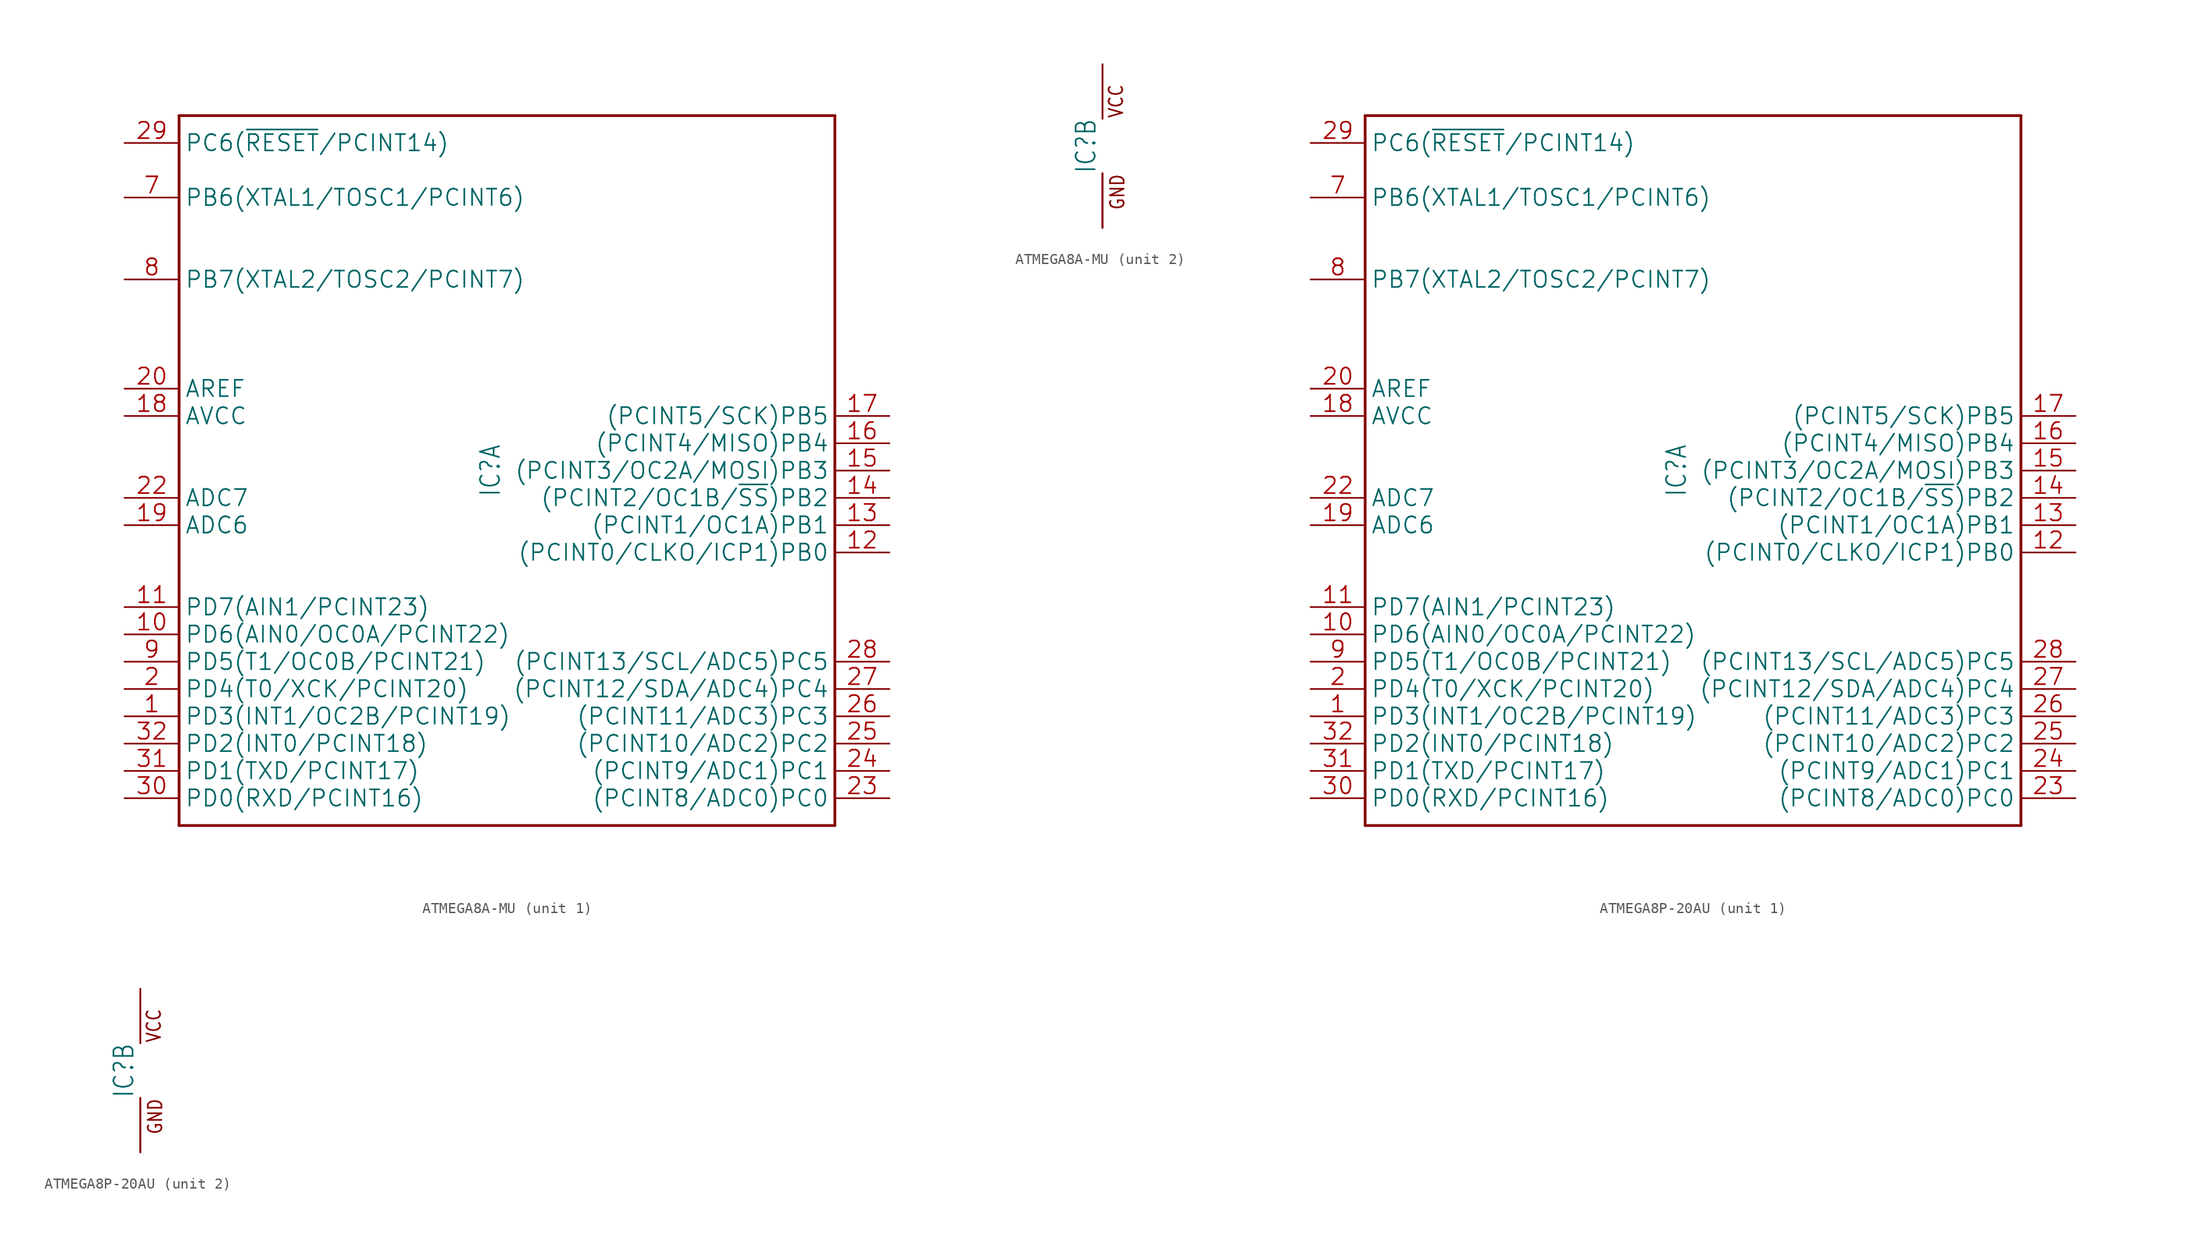
<source format=kicad_sym>
(kicad_symbol_lib
  (version 20241209)
  (generator "kicad_symbol_editor")
  (generator_version "9.0")
  (symbol "ATMEGA8A-MU"
    (property "Reference" "IC"
      (at -0.508 0 90)
      (effects (font (size 1.778 1.511)) (justify bottom)))
    (property "ki_locked" ""
      (at 0 0 0)
      (effects (font (size 1.27 1.27))))
    (symbol "ATMEGA8A-MU_1_0"
      (polyline (pts (xy -30.48 33.02) (xy 30.48 33.02)) (stroke (width 0.254) (type solid)) (fill (type none)))
      (polyline (pts (xy -30.48 -33.02) (xy -30.48 33.02)) (stroke (width 0.254) (type solid)) (fill (type none)))
      (polyline (pts (xy 30.48 33.02) (xy 30.48 -33.02)) (stroke (width 0.254) (type solid)) (fill (type none)))
      (polyline (pts (xy 30.48 -33.02) (xy -30.48 -33.02)) (stroke (width 0.254) (type solid)) (fill (type none)))
      (pin bidirectional line (at -35.56 30.48 0) (length 5.08) (name "PC6(~{RESET}/PCINT14)" (effects (font (size 1.524 1.524)))) (number "29" (effects (font (size 1.524 1.524)))))
      (pin bidirectional line (at -35.56 25.4 0) (length 5.08) (name "PB6(XTAL1/TOSC1/PCINT6)" (effects (font (size 1.524 1.524)))) (number "7" (effects (font (size 1.524 1.524)))))
      (pin bidirectional line (at -35.56 17.78 0) (length 5.08) (name "PB7(XTAL2/TOSC2/PCINT7)" (effects (font (size 1.524 1.524)))) (number "8" (effects (font (size 1.524 1.524)))))
      (pin passive line (at -35.56 7.62 0) (length 5.08) (name "AREF" (effects (font (size 1.524 1.524)))) (number "20" (effects (font (size 1.524 1.524)))))
      (pin power_in line (at -35.56 5.08 0) (length 5.08) (name "AVCC" (effects (font (size 1.524 1.524)))) (number "18" (effects (font (size 1.524 1.524)))))
      (pin bidirectional line (at -35.56 -2.54 0) (length 5.08) (name "ADC7" (effects (font (size 1.524 1.524)))) (number "22" (effects (font (size 1.524 1.524)))))
      (pin bidirectional line (at -35.56 -5.08 0) (length 5.08) (name "ADC6" (effects (font (size 1.524 1.524)))) (number "19" (effects (font (size 1.524 1.524)))))
      (pin bidirectional line (at -35.56 -12.7 0) (length 5.08) (name "PD7(AIN1/PCINT23)" (effects (font (size 1.524 1.524)))) (number "11" (effects (font (size 1.524 1.524)))))
      (pin bidirectional line (at -35.56 -15.24 0) (length 5.08) (name "PD6(AIN0/OC0A/PCINT22)" (effects (font (size 1.524 1.524)))) (number "10" (effects (font (size 1.524 1.524)))))
      (pin bidirectional line (at -35.56 -17.78 0) (length 5.08) (name "PD5(T1/OC0B/PCINT21)" (effects (font (size 1.524 1.524)))) (number "9" (effects (font (size 1.524 1.524)))))
      (pin bidirectional line (at -35.56 -20.32 0) (length 5.08) (name "PD4(T0/XCK/PCINT20)" (effects (font (size 1.524 1.524)))) (number "2" (effects (font (size 1.524 1.524)))))
      (pin bidirectional line (at -35.56 -22.86 0) (length 5.08) (name "PD3(INT1/OC2B/PCINT19)" (effects (font (size 1.524 1.524)))) (number "1" (effects (font (size 1.524 1.524)))))
      (pin bidirectional line (at -35.56 -25.4 0) (length 5.08) (name "PD2(INT0/PCINT18)" (effects (font (size 1.524 1.524)))) (number "32" (effects (font (size 1.524 1.524)))))
      (pin bidirectional line (at -35.56 -27.94 0) (length 5.08) (name "PD1(TXD/PCINT17)" (effects (font (size 1.524 1.524)))) (number "31" (effects (font (size 1.524 1.524)))))
      (pin bidirectional line (at -35.56 -30.48 0) (length 5.08) (name "PD0(RXD/PCINT16)" (effects (font (size 1.524 1.524)))) (number "30" (effects (font (size 1.524 1.524)))))
      (pin bidirectional line (at 35.56 5.08 180) (length 5.08) (name "(PCINT5/SCK)PB5" (effects (font (size 1.524 1.524)))) (number "17" (effects (font (size 1.524 1.524)))))
      (pin bidirectional line (at 35.56 2.54 180) (length 5.08) (name "(PCINT4/MISO)PB4" (effects (font (size 1.524 1.524)))) (number "16" (effects (font (size 1.524 1.524)))))
      (pin bidirectional line (at 35.56 0 180) (length 5.08) (name "(PCINT3/OC2A/MOSI)PB3" (effects (font (size 1.524 1.524)))) (number "15" (effects (font (size 1.524 1.524)))))
      (pin bidirectional line (at 35.56 -2.54 180) (length 5.08) (name "(PCINT2/OC1B/~{SS})PB2" (effects (font (size 1.524 1.524)))) (number "14" (effects (font (size 1.524 1.524)))))
      (pin bidirectional line (at 35.56 -5.08 180) (length 5.08) (name "(PCINT1/OC1A)PB1" (effects (font (size 1.524 1.524)))) (number "13" (effects (font (size 1.524 1.524)))))
      (pin bidirectional line (at 35.56 -7.62 180) (length 5.08) (name "(PCINT0/CLKO/ICP1)PB0" (effects (font (size 1.524 1.524)))) (number "12" (effects (font (size 1.524 1.524)))))
      (pin bidirectional line (at 35.56 -17.78 180) (length 5.08) (name "(PCINT13/SCL/ADC5)PC5" (effects (font (size 1.524 1.524)))) (number "28" (effects (font (size 1.524 1.524)))))
      (pin bidirectional line (at 35.56 -20.32 180) (length 5.08) (name "(PCINT12/SDA/ADC4)PC4" (effects (font (size 1.524 1.524)))) (number "27" (effects (font (size 1.524 1.524)))))
      (pin bidirectional line (at 35.56 -22.86 180) (length 5.08) (name "(PCINT11/ADC3)PC3" (effects (font (size 1.524 1.524)))) (number "26" (effects (font (size 1.524 1.524)))))
      (pin bidirectional line (at 35.56 -25.4 180) (length 5.08) (name "(PCINT10/ADC2)PC2" (effects (font (size 1.524 1.524)))) (number "25" (effects (font (size 1.524 1.524)))))
      (pin bidirectional line (at 35.56 -27.94 180) (length 5.08) (name "(PCINT9/ADC1)PC1" (effects (font (size 1.524 1.524)))) (number "24" (effects (font (size 1.524 1.524)))))
      (pin bidirectional line (at 35.56 -30.48 180) (length 5.08) (name "(PCINT8/ADC0)PC0" (effects (font (size 1.524 1.524)))) (number "23" (effects (font (size 1.524 1.524))))))
    (symbol "ATMEGA8A-MU_2_0"
      (text "VCC" (at 0.508 2.54 900) (effects (font (size 1.27 1.079)) (justify left top)))
      (text "GND" (at 0.635 -2.54 900) (effects (font (size 1.27 1.079)) (justify right top)))
      (pin power_in line (at 0 7.62 270) (length 5.08) (name "VCC" (effects (font (size 0 0)))) (number "4" (effects (font (size 0 0)))))
      (pin power_in line (at 0 7.62 270) (length 5.08) (name "VCC" (effects (font (size 0 0)))) (number "6" (effects (font (size 0 0)))))
      (pin power_in line (at 0 -7.62 90) (length 5.08) (name "GND" (effects (font (size 0 0)))) (number "21" (effects (font (size 0 0)))))
      (pin power_in line (at 0 -7.62 90) (length 5.08) (name "GND" (effects (font (size 0 0)))) (number "3" (effects (font (size 0 0)))))
      (pin power_in line (at 0 -7.62 90) (length 5.08) (name "GND" (effects (font (size 0 0)))) (number "5" (effects (font (size 0 0)))))
      (pin power_in line (at 0 -7.62 90) (length 5.08) (name "GND" (effects (font (size 0 0)))) (number "EXP" (effects (font (size 0 0)))))))
  (symbol "ATMEGA8P-20AU"
    (property "Reference" "IC"
      (at -0.508 0 90)
      (effects (font (size 1.778 1.511)) (justify bottom)))
    (property "ki_locked" ""
      (at 0 0 0)
      (effects (font (size 1.27 1.27))))
    (symbol "ATMEGA8P-20AU_1_0"
      (polyline (pts (xy -30.48 33.02) (xy 30.48 33.02)) (stroke (width 0.254) (type solid)) (fill (type none)))
      (polyline (pts (xy -30.48 -33.02) (xy -30.48 33.02)) (stroke (width 0.254) (type solid)) (fill (type none)))
      (polyline (pts (xy 30.48 33.02) (xy 30.48 -33.02)) (stroke (width 0.254) (type solid)) (fill (type none)))
      (polyline (pts (xy 30.48 -33.02) (xy -30.48 -33.02)) (stroke (width 0.254) (type solid)) (fill (type none)))
      (pin bidirectional line (at -35.56 30.48 0) (length 5.08) (name "PC6(~{RESET}/PCINT14)" (effects (font (size 1.524 1.524)))) (number "29" (effects (font (size 1.524 1.524)))))
      (pin bidirectional line (at -35.56 25.4 0) (length 5.08) (name "PB6(XTAL1/TOSC1/PCINT6)" (effects (font (size 1.524 1.524)))) (number "7" (effects (font (size 1.524 1.524)))))
      (pin bidirectional line (at -35.56 17.78 0) (length 5.08) (name "PB7(XTAL2/TOSC2/PCINT7)" (effects (font (size 1.524 1.524)))) (number "8" (effects (font (size 1.524 1.524)))))
      (pin passive line (at -35.56 7.62 0) (length 5.08) (name "AREF" (effects (font (size 1.524 1.524)))) (number "20" (effects (font (size 1.524 1.524)))))
      (pin power_in line (at -35.56 5.08 0) (length 5.08) (name "AVCC" (effects (font (size 1.524 1.524)))) (number "18" (effects (font (size 1.524 1.524)))))
      (pin bidirectional line (at -35.56 -2.54 0) (length 5.08) (name "ADC7" (effects (font (size 1.524 1.524)))) (number "22" (effects (font (size 1.524 1.524)))))
      (pin bidirectional line (at -35.56 -5.08 0) (length 5.08) (name "ADC6" (effects (font (size 1.524 1.524)))) (number "19" (effects (font (size 1.524 1.524)))))
      (pin bidirectional line (at -35.56 -12.7 0) (length 5.08) (name "PD7(AIN1/PCINT23)" (effects (font (size 1.524 1.524)))) (number "11" (effects (font (size 1.524 1.524)))))
      (pin bidirectional line (at -35.56 -15.24 0) (length 5.08) (name "PD6(AIN0/OC0A/PCINT22)" (effects (font (size 1.524 1.524)))) (number "10" (effects (font (size 1.524 1.524)))))
      (pin bidirectional line (at -35.56 -17.78 0) (length 5.08) (name "PD5(T1/OC0B/PCINT21)" (effects (font (size 1.524 1.524)))) (number "9" (effects (font (size 1.524 1.524)))))
      (pin bidirectional line (at -35.56 -20.32 0) (length 5.08) (name "PD4(T0/XCK/PCINT20)" (effects (font (size 1.524 1.524)))) (number "2" (effects (font (size 1.524 1.524)))))
      (pin bidirectional line (at -35.56 -22.86 0) (length 5.08) (name "PD3(INT1/OC2B/PCINT19)" (effects (font (size 1.524 1.524)))) (number "1" (effects (font (size 1.524 1.524)))))
      (pin bidirectional line (at -35.56 -25.4 0) (length 5.08) (name "PD2(INT0/PCINT18)" (effects (font (size 1.524 1.524)))) (number "32" (effects (font (size 1.524 1.524)))))
      (pin bidirectional line (at -35.56 -27.94 0) (length 5.08) (name "PD1(TXD/PCINT17)" (effects (font (size 1.524 1.524)))) (number "31" (effects (font (size 1.524 1.524)))))
      (pin bidirectional line (at -35.56 -30.48 0) (length 5.08) (name "PD0(RXD/PCINT16)" (effects (font (size 1.524 1.524)))) (number "30" (effects (font (size 1.524 1.524)))))
      (pin bidirectional line (at 35.56 5.08 180) (length 5.08) (name "(PCINT5/SCK)PB5" (effects (font (size 1.524 1.524)))) (number "17" (effects (font (size 1.524 1.524)))))
      (pin bidirectional line (at 35.56 2.54 180) (length 5.08) (name "(PCINT4/MISO)PB4" (effects (font (size 1.524 1.524)))) (number "16" (effects (font (size 1.524 1.524)))))
      (pin bidirectional line (at 35.56 0 180) (length 5.08) (name "(PCINT3/OC2A/MOSI)PB3" (effects (font (size 1.524 1.524)))) (number "15" (effects (font (size 1.524 1.524)))))
      (pin bidirectional line (at 35.56 -2.54 180) (length 5.08) (name "(PCINT2/OC1B/~{SS})PB2" (effects (font (size 1.524 1.524)))) (number "14" (effects (font (size 1.524 1.524)))))
      (pin bidirectional line (at 35.56 -5.08 180) (length 5.08) (name "(PCINT1/OC1A)PB1" (effects (font (size 1.524 1.524)))) (number "13" (effects (font (size 1.524 1.524)))))
      (pin bidirectional line (at 35.56 -7.62 180) (length 5.08) (name "(PCINT0/CLKO/ICP1)PB0" (effects (font (size 1.524 1.524)))) (number "12" (effects (font (size 1.524 1.524)))))
      (pin bidirectional line (at 35.56 -17.78 180) (length 5.08) (name "(PCINT13/SCL/ADC5)PC5" (effects (font (size 1.524 1.524)))) (number "28" (effects (font (size 1.524 1.524)))))
      (pin bidirectional line (at 35.56 -20.32 180) (length 5.08) (name "(PCINT12/SDA/ADC4)PC4" (effects (font (size 1.524 1.524)))) (number "27" (effects (font (size 1.524 1.524)))))
      (pin bidirectional line (at 35.56 -22.86 180) (length 5.08) (name "(PCINT11/ADC3)PC3" (effects (font (size 1.524 1.524)))) (number "26" (effects (font (size 1.524 1.524)))))
      (pin bidirectional line (at 35.56 -25.4 180) (length 5.08) (name "(PCINT10/ADC2)PC2" (effects (font (size 1.524 1.524)))) (number "25" (effects (font (size 1.524 1.524)))))
      (pin bidirectional line (at 35.56 -27.94 180) (length 5.08) (name "(PCINT9/ADC1)PC1" (effects (font (size 1.524 1.524)))) (number "24" (effects (font (size 1.524 1.524)))))
      (pin bidirectional line (at 35.56 -30.48 180) (length 5.08) (name "(PCINT8/ADC0)PC0" (effects (font (size 1.524 1.524)))) (number "23" (effects (font (size 1.524 1.524))))))
    (symbol "ATMEGA8P-20AU_2_0"
      (text "VCC" (at 0.508 2.54 900) (effects (font (size 1.27 1.079)) (justify left top)))
      (text "GND" (at 0.635 -2.54 900) (effects (font (size 1.27 1.079)) (justify right top)))
      (pin power_in line (at 0 7.62 270) (length 5.08) (name "VCC" (effects (font (size 0 0)))) (number "4" (effects (font (size 0 0)))))
      (pin power_in line (at 0 7.62 270) (length 5.08) (name "VCC" (effects (font (size 0 0)))) (number "6" (effects (font (size 0 0)))))
      (pin power_in line (at 0 -7.62 90) (length 5.08) (name "GND" (effects (font (size 0 0)))) (number "21" (effects (font (size 0 0)))))
      (pin power_in line (at 0 -7.62 90) (length 5.08) (name "GND" (effects (font (size 0 0)))) (number "3" (effects (font (size 0 0)))))
      (pin power_in line (at 0 -7.62 90) (length 5.08) (name "GND" (effects (font (size 0 0)))) (number "5" (effects (font (size 0 0))))))))
</source>
